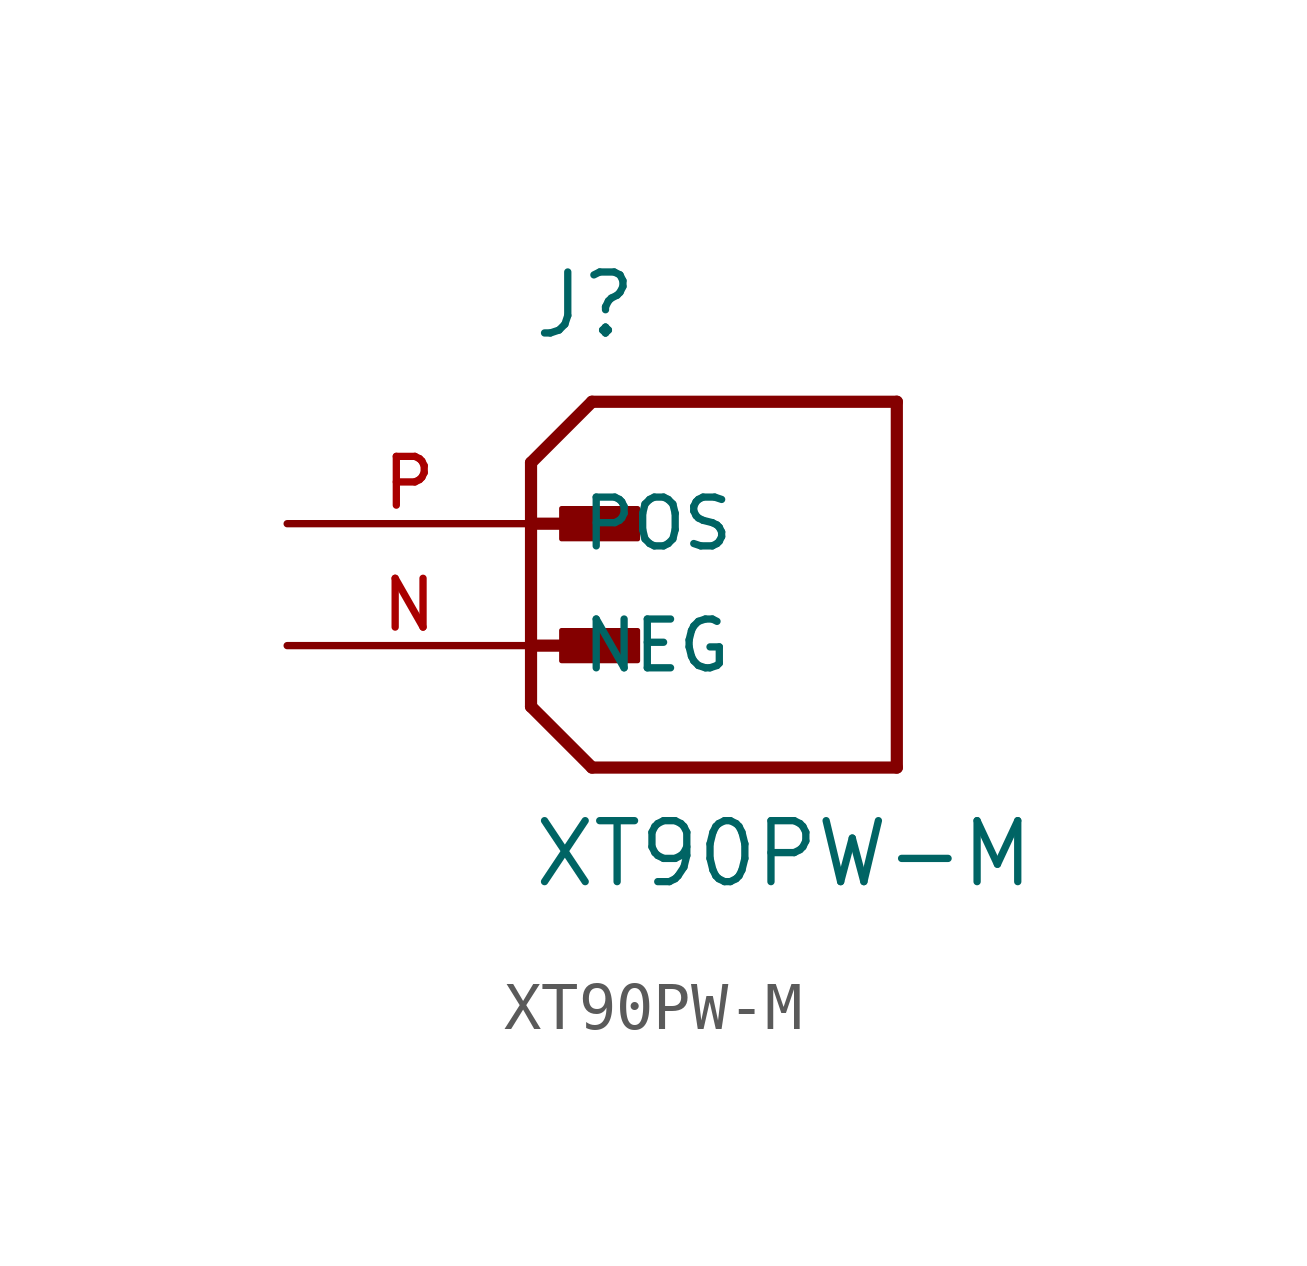
<source format=kicad_sym>
(kicad_symbol_lib
  (version 20211014)
  (generator kicad_symbol_editor)
  (symbol "XT90PW-M"
    (pin_names
      (offset 1.016))
    (property "Reference" "J"
      (at 0.0 3.81 0)
      (effects (font (size 1.27 1.27)) (justify bottom left)))
    (property "Value" "XT90PW-M"
      (at 0.0 -7.62 0)
      (effects (font (size 1.27 1.27)) (justify bottom left)))
    (symbol "XT90PW-M_0_0"
      (polyline (pts (xy 0.0 1.27) (xy 1.27 2.54)) (stroke (width 0.254)))
      (polyline (pts (xy 0.0 1.27) (xy 0.0 0.0)) (stroke (width 0.254)))
      (polyline (pts (xy 0.0 0.0) (xy 0.0 -3.81)) (stroke (width 0.254)))
      (polyline (pts (xy 0.0 -3.81) (xy 1.27 -5.08)) (stroke (width 0.254)))
      (polyline (pts (xy 1.27 -5.08) (xy 7.62 -5.08)) (stroke (width 0.254)))
      (polyline (pts (xy 7.62 -5.08) (xy 7.62 2.54)) (stroke (width 0.254)))
      (polyline (pts (xy 7.62 2.54) (xy 1.27 2.54)) (stroke (width 0.254)))
      (polyline (pts (xy 0.0 0.0) (xy 1.905 0.0)) (stroke (width 0.254)))
      (rectangle (start 0.635 -0.318) (end 2.223 0.318) (stroke (width 0.1)) (fill (type outline)))
      (polyline (pts (xy 0.0 -2.54) (xy 1.905 -2.54)) (stroke (width 0.254)))
      (rectangle (start 0.635 -2.857) (end 2.223 -2.223) (stroke (width 0.1)) (fill (type outline)))
      (pin passive line (at -5.08 0.0 0) (length 5.08) (name "POS" (effects (font (size 1.016 1.016)))) (number "P" (effects (font (size 1.016 1.016)))))
      (pin passive line (at -5.08 -2.54 0) (length 5.08) (name "NEG" (effects (font (size 1.016 1.016)))) (number "N" (effects (font (size 1.016 1.016))))))))
</source>
